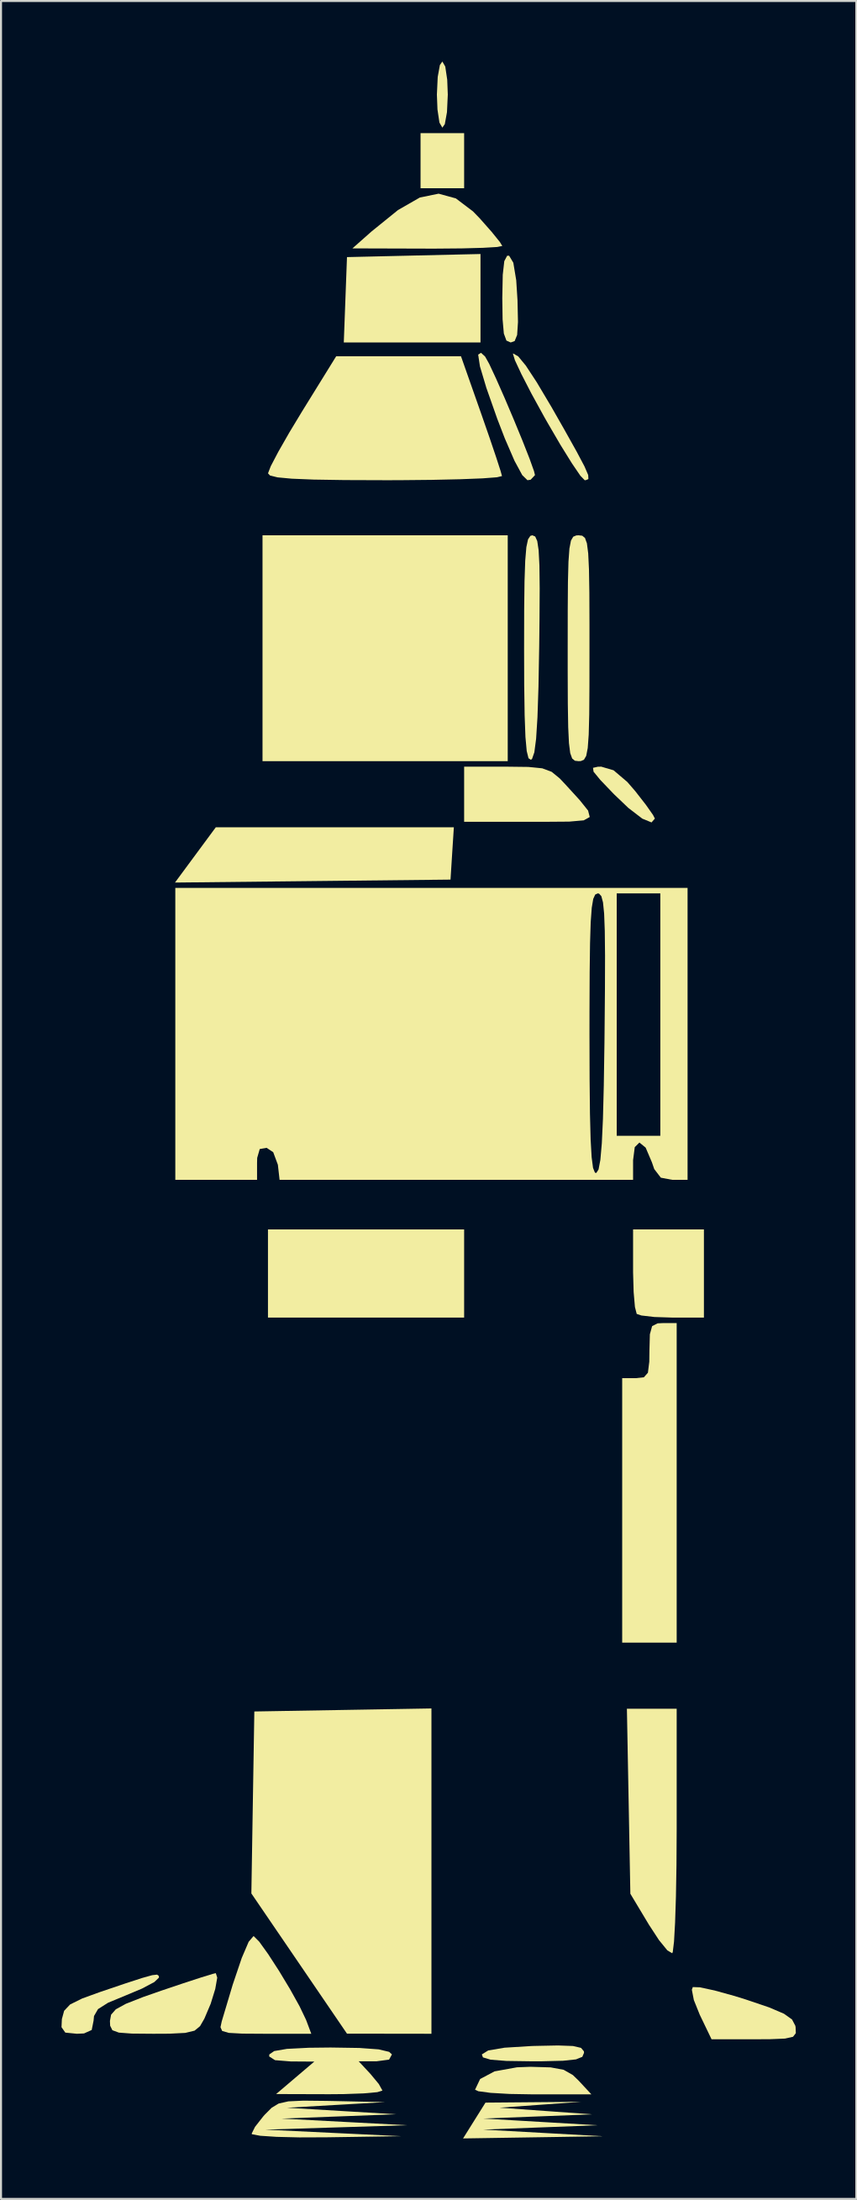
<source format=kicad_pcb>
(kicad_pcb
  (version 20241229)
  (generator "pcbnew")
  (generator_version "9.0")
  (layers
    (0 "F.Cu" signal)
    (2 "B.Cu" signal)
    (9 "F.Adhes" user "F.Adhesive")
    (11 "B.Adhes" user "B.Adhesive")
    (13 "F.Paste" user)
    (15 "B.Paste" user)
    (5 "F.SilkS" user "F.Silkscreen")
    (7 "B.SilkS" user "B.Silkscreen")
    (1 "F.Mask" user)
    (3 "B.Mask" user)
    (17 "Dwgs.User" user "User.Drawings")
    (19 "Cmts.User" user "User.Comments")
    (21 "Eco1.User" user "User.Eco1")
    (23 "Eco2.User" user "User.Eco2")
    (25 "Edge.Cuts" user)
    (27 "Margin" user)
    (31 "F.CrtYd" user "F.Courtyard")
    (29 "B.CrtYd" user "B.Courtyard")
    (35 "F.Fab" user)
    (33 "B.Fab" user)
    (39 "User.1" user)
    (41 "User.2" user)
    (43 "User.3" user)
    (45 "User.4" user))
  (footprint "silkrocket"
    (layer "F.Cu")
    (at 18.073 51.483)
    (property "Reference" "silkrocket" (at 0 0 0) (layer "F.SilkS") (effects (font (size 1.5 1.5) (thickness 0.3))))
    (attr board_only exclude_from_pos_files exclude_from_bom)
    (fp_poly (pts (xy 1.298 -12.222) (xy 1.216 -10.925) (xy -5.616 -10.852) (xy -12.447 -10.779) (xy -11.435 -12.149) (xy -10.423 -13.519) (xy -4.521 -13.519) (xy 1.381 -13.519)) (stroke (width 0) (type solid)) (fill yes) (layer "F.SilkS"))
    (fp_poly (pts (xy 1.891 -46.567) (xy 1.891 -45.201) (xy 0.811 -45.201) (xy -0.27 -45.201) (xy -0.27 -46.567) (xy -0.27 -47.932) (xy 0.811 -47.932) (xy 1.891 -47.932)) (stroke (width 0) (type solid)) (fill yes) (layer "F.SilkS"))
    (fp_poly (pts (xy 1.891 8.603) (xy 1.891 10.788) (xy -2.972 10.788) (xy -7.836 10.788) (xy -7.836 8.603) (xy -7.836 6.418) (xy -2.972 6.418) (xy 1.891 6.418)) (stroke (width 0) (type solid)) (fill yes) (layer "F.SilkS"))
    (fp_poly (pts (xy 2.702 -39.747) (xy 2.702 -37.554) (xy -0.687 -37.554) (xy -4.076 -37.554) (xy -3.997 -39.67) (xy -3.918 -41.787) (xy -0.608 -41.864) (xy 2.702 -41.94)) (stroke (width 0) (type solid)) (fill yes) (layer "F.SilkS"))
    (fp_poly (pts (xy 4.053 -22.396) (xy 4.053 -16.797) (xy -2.027 -16.797) (xy -8.106 -16.797) (xy -8.106 -22.396) (xy -8.106 -27.995) (xy -2.027 -27.995) (xy 4.053 -27.995)) (stroke (width 0) (type solid)) (fill yes) (layer "F.SilkS"))
    (fp_poly (pts (xy 0.27 38.23) (xy 0.27 46.294) (xy -1.824 46.291) (xy -3.918 46.289) (xy -6.289 42.813) (xy -8.659 39.338) (xy -8.586 34.827) (xy -8.512 30.316) (xy -4.121 30.241) (xy 0.27 30.166)) (stroke (width 0) (type solid)) (fill yes) (layer "F.SilkS"))
    (fp_poly (pts (xy 0.955 -51.234) (xy 1.052 -50.584) (xy 1.081 -49.844) (xy 1.04 -48.971) (xy 0.933 -48.379) (xy 0.811 -48.205) (xy 0.667 -48.454) (xy 0.569 -49.104) (xy 0.54 -49.844) (xy 0.581 -50.717) (xy 0.689 -51.309) (xy 0.811 -51.483)) (stroke (width 0) (type solid)) (fill yes) (layer "F.SilkS"))
    (fp_poly (pts (xy 13.781 8.603) (xy 13.781 10.788) (xy 12.205 10.788) (xy 11.325 10.759) (xy 10.678 10.684) (xy 10.448 10.606) (xy 10.36 10.262) (xy 10.296 9.523) (xy 10.268 8.542) (xy 10.268 8.421) (xy 10.268 6.418) (xy 12.024 6.418) (xy 13.781 6.418)) (stroke (width 0) (type solid)) (fill yes) (layer "F.SilkS"))
    (fp_poly (pts (xy 6.182 47.961) (xy 6.825 48.08) (xy 7.281 48.34) (xy 7.566 48.615) (xy 8.201 49.298) (xy 5.316 49.298) (xy 4.141 49.278) (xy 3.197 49.223) (xy 2.594 49.143) (xy 2.432 49.067) (xy 2.684 48.537) (xy 3.399 48.158) (xy 4.511 47.957) (xy 5.176 47.932)) (stroke (width 0) (type solid)) (fill yes) (layer "F.SilkS"))
    (fp_poly (pts (xy 4.33 -41.508) (xy 4.474 -40.638) (xy 4.537 -39.649) (xy 4.561 -38.568) (xy 4.519 -37.927) (xy 4.396 -37.624) (xy 4.2 -37.554) (xy 3.988 -37.648) (xy 3.86 -37.997) (xy 3.798 -38.699) (xy 3.783 -39.761) (xy 3.806 -40.911) (xy 3.882 -41.586) (xy 4.023 -41.853) (xy 4.121 -41.856)) (stroke (width 0) (type solid)) (fill yes) (layer "F.SilkS"))
    (fp_poly (pts (xy 9.301 -16.345) (xy 9.983 -15.765) (xy 10.371 -15.317) (xy 10.902 -14.636) (xy 11.257 -14.131) (xy 11.349 -13.951) (xy 11.183 -13.76) (xy 10.724 -13.948) (xy 10.033 -14.479) (xy 9.322 -15.158) (xy 8.642 -15.868) (xy 8.308 -16.276) (xy 8.281 -16.467) (xy 8.524 -16.521) (xy 8.692 -16.524)) (stroke (width 0) (type solid)) (fill yes) (layer "F.SilkS"))
    (fp_poly (pts (xy 12.43 36.172) (xy 12.42 37.925) (xy 12.393 39.489) (xy 12.351 40.782) (xy 12.298 41.725) (xy 12.237 42.236) (xy 12.208 42.303) (xy 11.968 42.16) (xy 11.553 41.651) (xy 11.06 40.897) (xy 10.133 39.353) (xy 10.048 34.766) (xy 9.962 30.18) (xy 11.196 30.18) (xy 12.43 30.18)) (stroke (width 0) (type solid)) (fill yes) (layer "F.SilkS"))
    (fp_poly (pts (xy 1.48 -44.697) (xy 2.333 -44.051) (xy 2.668 -43.705) (xy 3.256 -43.039) (xy 3.66 -42.539) (xy 3.783 -42.339) (xy 3.529 -42.288) (xy 2.832 -42.247) (xy 1.79 -42.219) (xy 0.5 -42.208) (xy 0.068 -42.208) (xy -3.648 -42.219) (xy -2.702 -43.056) (xy -1.389 -44.119) (xy -0.305 -44.741) (xy 0.626 -44.931)) (stroke (width 0) (type solid)) (fill yes) (layer "F.SilkS"))
    (fp_poly (pts (xy 5.074 -16.511) (xy 5.766 -16.442) (xy 6.233 -16.267) (xy 6.633 -15.94) (xy 6.919 -15.636) (xy 7.621 -14.867) (xy 8.037 -14.348) (xy 8.119 -14.029) (xy 7.821 -13.863) (xy 7.098 -13.8) (xy 5.902 -13.791) (xy 5.167 -13.792) (xy 1.891 -13.792) (xy 1.891 -15.158) (xy 1.891 -16.524) (xy 4 -16.524)) (stroke (width 0) (type solid)) (fill yes) (layer "F.SilkS"))
    (fp_poly (pts (xy 12.43 18.982) (xy 12.43 26.902) (xy 11.079 26.902) (xy 9.728 26.902) (xy 9.728 20.347) (xy 9.728 13.792) (xy 10.403 13.792) (xy 10.804 13.748) (xy 11.004 13.522) (xy 11.072 12.975) (xy 11.079 12.427) (xy 11.101 11.616) (xy 11.212 11.212) (xy 11.483 11.074) (xy 11.754 11.061) (xy 12.43 11.061)) (stroke (width 0) (type solid)) (fill yes) (layer "F.SilkS"))
    (fp_poly (pts (xy 5.674 49.814) (xy 3.648 49.959) (xy 5.945 50.124) (xy 8.241 50.289) (xy 5.539 50.393) (xy 2.837 50.497) (xy 5.674 50.663) (xy 8.512 50.83) (xy 5.674 50.937) (xy 2.837 51.045) (xy 5.81 51.21) (xy 8.782 51.375) (xy 5.31 51.429) (xy 1.838 51.483) (xy 2.394 50.595) (xy 2.949 49.708) (xy 5.325 49.688) (xy 7.701 49.668)) (stroke (width 0) (type solid)) (fill yes) (layer "F.SilkS"))
    (fp_poly (pts (xy 7.291 46.901) (xy 7.686 46.993) (xy 7.829 47.163) (xy 7.836 47.239) (xy 7.751 47.438) (xy 7.436 47.564) (xy 6.797 47.632) (xy 5.744 47.658) (xy 5.247 47.659) (xy 3.989 47.641) (xy 3.204 47.579) (xy 2.824 47.465) (xy 2.769 47.318) (xy 3.084 47.122) (xy 3.893 46.985) (xy 5.218 46.903) (xy 5.359 46.898) (xy 6.546 46.874)) (stroke (width 0) (type solid)) (fill yes) (layer "F.SilkS"))
    (fp_poly (pts (xy -8.536 41.46) (xy -8.27 41.728) (xy -7.828 42.342) (xy -7.293 43.168) (xy -6.747 44.073) (xy -6.273 44.924) (xy -5.955 45.587) (xy -5.928 45.654) (xy -5.688 46.294) (xy -7.996 46.294) (xy -9.11 46.287) (xy -9.781 46.25) (xy -10.108 46.154) (xy -10.19 45.969) (xy -10.128 45.679) (xy -9.582 43.854) (xy -9.136 42.536) (xy -8.793 41.734) (xy -8.558 41.457)) (stroke (width 0) (type solid)) (fill yes) (layer "F.SilkS"))
    (fp_poly (pts (xy 2.933 -36.853) (xy 3.131 -36.499) (xy 3.469 -35.776) (xy 3.894 -34.814) (xy 4.349 -33.742) (xy 4.782 -32.691) (xy 5.136 -31.791) (xy 5.357 -31.172) (xy 5.404 -30.979) (xy 5.187 -30.749) (xy 5.031 -30.726) (xy 4.773 -30.977) (xy 4.388 -31.689) (xy 3.907 -32.801) (xy 3.535 -33.766) (xy 2.992 -35.308) (xy 2.675 -36.371) (xy 2.587 -36.951) (xy 2.728 -37.043)) (stroke (width 0) (type solid)) (fill yes) (layer "F.SilkS"))
    (fp_poly (pts (xy 13.578 43.991) (xy 14.31 44.148) (xy 15.298 44.421) (xy 15.855 44.594) (xy 17.017 44.988) (xy 17.75 45.301) (xy 18.15 45.586) (xy 18.313 45.896) (xy 18.326 45.964) (xy 18.338 46.265) (xy 18.199 46.444) (xy 17.801 46.533) (xy 17.039 46.564) (xy 16.285 46.567) (xy 14.159 46.567) (xy 13.573 45.348) (xy 13.281 44.622) (xy 13.182 44.111) (xy 13.23 43.979)) (stroke (width 0) (type solid)) (fill yes) (layer "F.SilkS"))
    (fp_poly (pts (xy 4.573 -36.865) (xy 4.95 -36.407) (xy 5.489 -35.586) (xy 6.221 -34.356) (xy 6.843 -33.265) (xy 7.471 -32.143) (xy 7.859 -31.41) (xy 8.042 -30.985) (xy 8.053 -30.785) (xy 7.924 -30.728) (xy 7.868 -30.726) (xy 7.653 -30.95) (xy 7.234 -31.565) (xy 6.666 -32.48) (xy 6.007 -33.61) (xy 5.861 -33.867) (xy 5.227 -35.022) (xy 4.73 -35.986) (xy 4.41 -36.672) (xy 4.311 -36.994) (xy 4.325 -37.008)) (stroke (width 0) (type solid)) (fill yes) (layer "F.SilkS"))
    (fp_poly (pts (xy -13.249 43.425) (xy -13.24 43.511) (xy -13.474 43.732) (xy -14.083 44.055) (xy -14.862 44.382) (xy -15.767 44.757) (xy -16.263 45.072) (xy -16.461 45.414) (xy -16.483 45.644) (xy -16.575 46.106) (xy -16.956 46.278) (xy -17.312 46.294) (xy -17.885 46.237) (xy -18.073 45.968) (xy -18.055 45.566) (xy -17.943 45.155) (xy -17.647 44.842) (xy -17.048 44.545) (xy -16.168 44.226) (xy -14.91 43.8) (xy -14.076 43.529) (xy -13.579 43.39) (xy -13.333 43.362)) (stroke (width 0) (type solid)) (fill yes) (layer "F.SilkS"))
    (fp_poly (pts (xy -10.351 43.513) (xy -10.45 44.074) (xy -10.676 44.806) (xy -10.988 45.542) (xy -11.204 45.917) (xy -11.475 46.14) (xy -11.934 46.251) (xy -12.711 46.29) (xy -13.518 46.294) (xy -14.588 46.285) (xy -15.229 46.237) (xy -15.55 46.119) (xy -15.661 45.896) (xy -15.672 45.661) (xy -15.615 45.349) (xy -15.381 45.082) (xy -14.879 44.807) (xy -14.017 44.469) (xy -13.129 44.159) (xy -12.036 43.791) (xy -11.143 43.5) (xy -10.568 43.324) (xy -10.422 43.289)) (stroke (width 0) (type solid)) (fill yes) (layer "F.SilkS"))
    (fp_poly (pts (xy 2.744 -34.003) (xy 3.151 -32.833) (xy 3.482 -31.854) (xy 3.7 -31.18) (xy 3.768 -30.931) (xy 3.515 -30.871) (xy 2.8 -30.817) (xy 1.7 -30.774) (xy 0.292 -30.743) (xy -1.344 -30.727) (xy -2.027 -30.726) (xy -4.04 -30.733) (xy -5.565 -30.757) (xy -6.654 -30.801) (xy -7.361 -30.867) (xy -7.736 -30.96) (xy -7.834 -31.067) (xy -7.697 -31.422) (xy -7.325 -32.132) (xy -6.776 -33.092) (xy -6.143 -34.14) (xy -4.453 -36.871) (xy -1.359 -36.871) (xy 1.735 -36.871)) (stroke (width 0) (type solid)) (fill yes) (layer "F.SilkS"))
    (fp_poly (pts (xy -3.295 46.998) (xy -2.346 47.068) (xy -1.827 47.191) (xy -1.689 47.318) (xy -1.831 47.576) (xy -2.456 47.659) (xy -3.337 47.659) (xy -2.749 48.291) (xy -2.34 48.785) (xy -2.162 49.105) (xy -2.162 49.111) (xy -2.413 49.189) (xy -3.088 49.25) (xy -4.072 49.285) (xy -4.796 49.291) (xy -7.431 49.283) (xy -6.485 48.478) (xy -5.539 47.674) (xy -6.71 47.666) (xy -7.487 47.603) (xy -7.776 47.418) (xy -7.769 47.318) (xy -7.526 47.151) (xy -6.893 47.043) (xy -5.815 46.988) (xy -4.729 46.976)) (stroke (width 0) (type solid)) (fill yes) (layer "F.SilkS"))
    (fp_poly (pts (xy 5.415 -27.934) (xy 5.517 -27.709) (xy 5.585 -27.251) (xy 5.624 -26.493) (xy 5.637 -25.369) (xy 5.628 -23.811) (xy 5.613 -22.487) (xy 5.577 -20.48) (xy 5.527 -18.97) (xy 5.46 -17.905) (xy 5.372 -17.235) (xy 5.259 -16.911) (xy 5.202 -16.865) (xy 5.083 -16.942) (xy 4.994 -17.3) (xy 4.931 -17.993) (xy 4.891 -19.076) (xy 4.869 -20.602) (xy 4.864 -22.373) (xy 4.868 -24.285) (xy 4.885 -25.717) (xy 4.92 -26.734) (xy 4.976 -27.405) (xy 5.059 -27.793) (xy 5.174 -27.966) (xy 5.275 -27.995)) (stroke (width 0) (type solid)) (fill yes) (layer "F.SilkS"))
    (fp_poly (pts (xy -4.946 49.622) (xy -4.674 49.627) (xy -2.027 49.683) (xy -4.459 49.822) (xy -6.89 49.962) (xy -4.188 50.123) (xy -1.486 50.285) (xy -4.323 50.392) (xy -7.161 50.499) (xy -4.053 50.663) (xy -0.946 50.828) (xy -4.459 50.937) (xy -7.971 51.047) (xy -4.594 51.21) (xy -1.216 51.372) (xy -4.931 51.427) (xy -6.278 51.432) (xy -7.407 51.405) (xy -8.22 51.351) (xy -8.621 51.276) (xy -8.647 51.25) (xy -8.479 50.911) (xy -8.066 50.385) (xy -7.984 50.294) (xy -7.652 49.962) (xy -7.308 49.754) (xy -6.826 49.645) (xy -6.081 49.61)) (stroke (width 0) (type solid)) (fill yes) (layer "F.SilkS"))
    (fp_poly (pts (xy 7.748 -27.974) (xy 7.883 -27.864) (xy 7.979 -27.596) (xy 8.043 -27.101) (xy 8.081 -26.309) (xy 8.1 -25.15) (xy 8.106 -23.554) (xy 8.106 -22.396) (xy 8.104 -20.514) (xy 8.094 -19.109) (xy 8.068 -18.112) (xy 8.02 -17.452) (xy 7.944 -17.06) (xy 7.832 -16.867) (xy 7.678 -16.802) (xy 7.566 -16.797) (xy 7.384 -16.818) (xy 7.249 -16.927) (xy 7.152 -17.195) (xy 7.089 -17.69) (xy 7.051 -18.483) (xy 7.032 -19.642) (xy 7.026 -21.237) (xy 7.026 -22.396) (xy 7.028 -24.277) (xy 7.038 -25.682) (xy 7.064 -26.68) (xy 7.112 -27.34) (xy 7.188 -27.732) (xy 7.3 -27.925) (xy 7.454 -27.989) (xy 7.566 -27.995)) (stroke (width 0) (type solid)) (fill yes) (layer "F.SilkS"))
    (fp_poly (pts (xy 12.97 -3.277) (xy 12.97 3.96) (xy 12.215 3.96) (xy 11.645 3.853) (xy 11.318 3.427) (xy 11.202 3.091) (xy 10.892 2.363) (xy 10.583 2.11) (xy 10.351 2.339) (xy 10.268 2.982) (xy 10.268 3.96) (xy 1.504 3.96) (xy -7.26 3.96) (xy -7.345 3.211) (xy -7.576 2.589) (xy -7.904 2.372) (xy -8.244 2.432) (xy -8.37 2.87) (xy -8.377 3.121) (xy -8.377 3.96) (xy -10.403 3.96) (xy -12.43 3.96) (xy -12.43 -3.255) (xy 8.106 -3.255) (xy 8.112 -1.037) (xy 8.13 0.685) (xy 8.163 1.96) (xy 8.213 2.838) (xy 8.283 3.368) (xy 8.376 3.601) (xy 8.444 3.619) (xy 8.556 3.444) (xy 8.646 2.97) (xy 8.718 2.15) (xy 8.774 0.936) (xy 8.816 -0.719) (xy 8.849 -2.863) (xy 8.854 -3.368) (xy 8.862 -4.233) (xy 9.457 -4.233) (xy 9.457 1.775) (xy 10.538 1.775) (xy 11.619 1.775) (xy 11.619 -4.233) (xy 11.619 -10.242) (xy 10.538 -10.242) (xy 9.457 -10.242) (xy 9.457 -4.233) (xy 8.862 -4.233) (xy 8.873 -5.504) (xy 8.878 -7.154) (xy 8.865 -8.379) (xy 8.833 -9.238) (xy 8.777 -9.793) (xy 8.695 -10.103) (xy 8.583 -10.229) (xy 8.516 -10.242) (xy 8.39 -10.183) (xy 8.292 -9.966) (xy 8.219 -9.532) (xy 8.167 -8.821) (xy 8.134 -7.773) (xy 8.115 -6.329) (xy 8.107 -4.43) (xy 8.106 -3.255) (xy -12.43 -3.255) (xy -12.43 -3.277) (xy -12.43 -10.515) (xy 0.27 -10.515) (xy 12.97 -10.515)) (stroke (width 0) (type solid)) (fill yes) (layer "F.SilkS")))
  (gr_rect
    (start -3 -3)
    (end 39.411 105.966)
    (stroke (width 0.1) (type default))
    (fill no)
    (layer "Edge.Cuts")))
</source>
